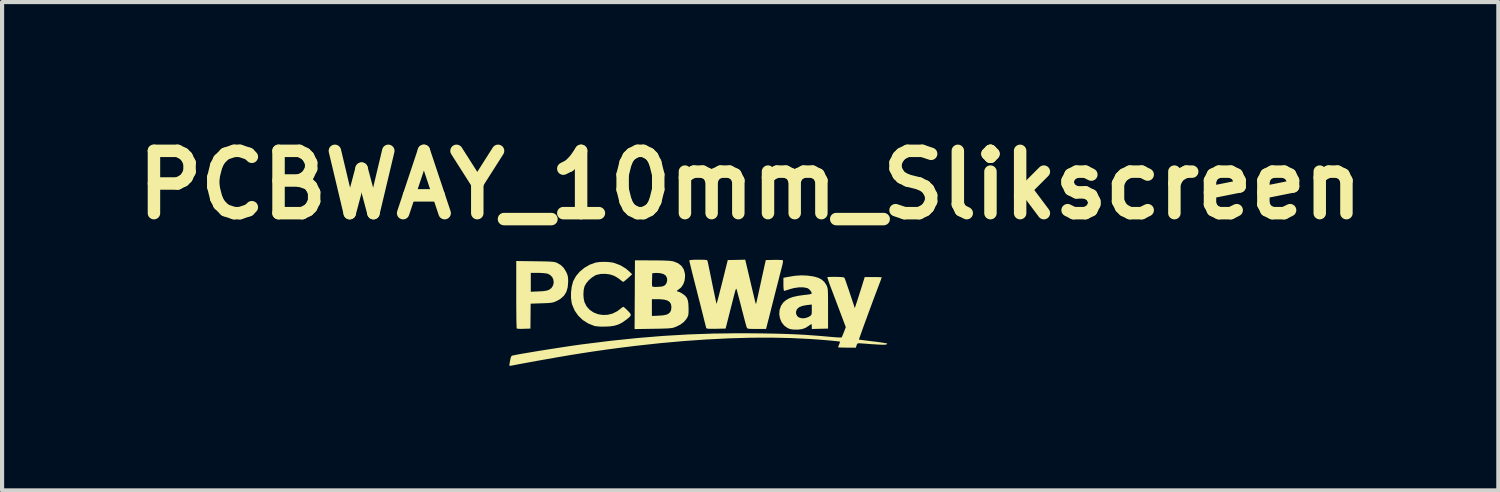
<source format=kicad_pcb>
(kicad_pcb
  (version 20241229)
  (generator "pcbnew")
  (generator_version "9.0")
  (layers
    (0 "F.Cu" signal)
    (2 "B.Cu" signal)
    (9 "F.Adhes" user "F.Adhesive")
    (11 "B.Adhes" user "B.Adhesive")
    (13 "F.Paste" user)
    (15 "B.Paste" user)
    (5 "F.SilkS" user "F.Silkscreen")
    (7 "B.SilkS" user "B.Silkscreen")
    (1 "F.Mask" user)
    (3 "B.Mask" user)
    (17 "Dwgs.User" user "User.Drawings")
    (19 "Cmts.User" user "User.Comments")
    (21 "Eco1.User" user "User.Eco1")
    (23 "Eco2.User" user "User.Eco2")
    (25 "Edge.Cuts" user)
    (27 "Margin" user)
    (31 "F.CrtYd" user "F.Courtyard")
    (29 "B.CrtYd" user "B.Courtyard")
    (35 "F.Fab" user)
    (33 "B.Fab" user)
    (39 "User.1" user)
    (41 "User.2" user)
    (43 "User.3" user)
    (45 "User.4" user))
  (footprint "PCBWAY_10mm_Slikscreen"
    (layer "F.Cu")
    (at 13.714 4.404)
    (property "Reference" "PCBWAY_10mm_Slikscreen" (at 1.3 -3 0) (layer "F.SilkS") (effects (font (size 1.5 1.5) (thickness 0.3))))
    (attr board_only exclude_from_pos_files exclude_from_bom)
    (fp_poly (pts (xy -3.879 -1.163) (xy -3.74 -1.161) (xy -3.63 -1.159) (xy -3.545 -1.156) (xy -3.481 -1.152) (xy -3.433 -1.147) (xy -3.398 -1.141) (xy -3.371 -1.133) (xy -3.359 -1.128) (xy -3.265 -1.075) (xy -3.194 -1.008) (xy -3.137 -0.918) (xy -3.135 -0.914) (xy -3.108 -0.856) (xy -3.093 -0.807) (xy -3.085 -0.752) (xy -3.083 -0.679) (xy -3.083 -0.673) (xy -3.094 -0.538) (xy -3.126 -0.427) (xy -3.183 -0.335) (xy -3.265 -0.261) (xy -3.345 -0.214) (xy -3.387 -0.194) (xy -3.424 -0.179) (xy -3.462 -0.169) (xy -3.508 -0.162) (xy -3.569 -0.157) (xy -3.652 -0.153) (xy -3.72 -0.151) (xy -3.986 -0.142) (xy -3.989 0.158) (xy -3.992 0.458) (xy -4.15 0.463) (xy -4.22 0.465) (xy -4.277 0.463) (xy -4.313 0.459) (xy -4.321 0.457) (xy -4.324 0.438) (xy -4.326 0.389) (xy -4.328 0.314) (xy -4.33 0.215) (xy -4.331 0.096) (xy -4.332 -0.041) (xy -4.333 -0.19) (xy -4.333 -0.351) (xy -4.333 -0.363) (xy -4.333 -0.883) (xy -3.983 -0.883) (xy -3.983 -0.656) (xy -3.983 -0.429) (xy -3.796 -0.437) (xy -3.686 -0.443) (xy -3.606 -0.455) (xy -3.553 -0.471) (xy -3.549 -0.472) (xy -3.486 -0.518) (xy -3.447 -0.58) (xy -3.431 -0.649) (xy -3.439 -0.72) (xy -3.469 -0.785) (xy -3.522 -0.836) (xy -3.58 -0.864) (xy -3.625 -0.872) (xy -3.693 -0.879) (xy -3.772 -0.883) (xy -3.814 -0.883) (xy -3.983 -0.883) (xy -4.333 -0.883) (xy -4.333 -1.169)) (stroke (width 0) (type solid)) (fill yes) (layer "F.SilkS"))
    (fp_poly (pts (xy -2.126 -1.146) (xy -2.032 -1.135) (xy -1.986 -1.126) (xy -1.831 -1.069) (xy -1.694 -0.987) (xy -1.629 -0.932) (xy -1.542 -0.85) (xy -1.642 -0.758) (xy -1.69 -0.716) (xy -1.729 -0.684) (xy -1.753 -0.668) (xy -1.756 -0.667) (xy -1.776 -0.677) (xy -1.811 -0.703) (xy -1.83 -0.719) (xy -1.88 -0.756) (xy -1.944 -0.795) (xy -1.983 -0.815) (xy -2.077 -0.846) (xy -2.185 -0.86) (xy -2.294 -0.858) (xy -2.392 -0.838) (xy -2.434 -0.821) (xy -2.513 -0.771) (xy -2.588 -0.705) (xy -2.649 -0.631) (xy -2.689 -0.56) (xy -2.691 -0.553) (xy -2.71 -0.467) (xy -2.716 -0.366) (xy -2.709 -0.264) (xy -2.691 -0.18) (xy -2.64 -0.078) (xy -2.565 0.006) (xy -2.473 0.069) (xy -2.367 0.111) (xy -2.252 0.13) (xy -2.134 0.126) (xy -2.018 0.098) (xy -1.908 0.044) (xy -1.859 0.008) (xy -1.812 -0.029) (xy -1.774 -0.056) (xy -1.754 -0.067) (xy -1.754 -0.067) (xy -1.737 -0.056) (xy -1.703 -0.026) (xy -1.659 0.016) (xy -1.65 0.025) (xy -1.605 0.073) (xy -1.58 0.108) (xy -1.576 0.138) (xy -1.596 0.17) (xy -1.64 0.209) (xy -1.696 0.253) (xy -1.787 0.316) (xy -1.875 0.36) (xy -1.97 0.389) (xy -2.079 0.405) (xy -2.183 0.41) (xy -2.311 0.41) (xy -2.408 0.402) (xy -2.455 0.393) (xy -2.603 0.334) (xy -2.733 0.251) (xy -2.843 0.145) (xy -2.928 0.021) (xy -2.987 -0.118) (xy -3 -0.168) (xy -3.015 -0.286) (xy -3.014 -0.416) (xy -2.998 -0.547) (xy -2.968 -0.664) (xy -2.958 -0.691) (xy -2.894 -0.807) (xy -2.803 -0.914) (xy -2.691 -1.006) (xy -2.566 -1.079) (xy -2.433 -1.128) (xy -2.417 -1.132) (xy -2.333 -1.144) (xy -2.232 -1.149)) (stroke (width 0) (type solid)) (fill yes) (layer "F.SilkS"))
    (fp_poly (pts (xy 2.689 -0.817) (xy 2.827 -0.797) (xy 2.936 -0.766) (xy 3.021 -0.722) (xy 3.086 -0.665) (xy 3.135 -0.59) (xy 3.137 -0.586) (xy 3.148 -0.563) (xy 3.156 -0.539) (xy 3.163 -0.512) (xy 3.168 -0.477) (xy 3.171 -0.43) (xy 3.173 -0.366) (xy 3.174 -0.281) (xy 3.175 -0.172) (xy 3.175 -0.034) (xy 3.175 -0.025) (xy 3.175 0.458) (xy 2.979 0.463) (xy 2.783 0.468) (xy 2.783 0.409) (xy 2.781 0.37) (xy 2.775 0.351) (xy 2.774 0.35) (xy 2.756 0.359) (xy 2.723 0.382) (xy 2.71 0.391) (xy 2.634 0.44) (xy 2.554 0.469) (xy 2.458 0.482) (xy 2.405 0.483) (xy 2.324 0.48) (xy 2.264 0.47) (xy 2.212 0.451) (xy 2.202 0.446) (xy 2.119 0.386) (xy 2.056 0.305) (xy 2.017 0.211) (xy 2 0.11) (xy 2.005 0.053) (xy 2.403 0.053) (xy 2.406 0.103) (xy 2.431 0.157) (xy 2.479 0.193) (xy 2.543 0.21) (xy 2.616 0.208) (xy 2.693 0.184) (xy 2.727 0.165) (xy 2.756 0.146) (xy 2.772 0.127) (xy 2.781 0.1) (xy 2.783 0.054) (xy 2.783 0.005) (xy 2.783 -0.121) (xy 2.671 -0.109) (xy 2.559 -0.089) (xy 2.477 -0.056) (xy 2.425 -0.008) (xy 2.403 0.053) (xy 2.005 0.053) (xy 2.008 0.007) (xy 2.042 -0.09) (xy 2.097 -0.17) (xy 2.158 -0.224) (xy 2.235 -0.268) (xy 2.333 -0.304) (xy 2.455 -0.331) (xy 2.605 -0.352) (xy 2.663 -0.358) (xy 2.721 -0.366) (xy 2.764 -0.376) (xy 2.783 -0.385) (xy 2.783 -0.387) (xy 2.77 -0.427) (xy 2.738 -0.471) (xy 2.696 -0.506) (xy 2.673 -0.517) (xy 2.582 -0.535) (xy 2.474 -0.535) (xy 2.359 -0.519) (xy 2.262 -0.494) (xy 2.2 -0.473) (xy 2.15 -0.458) (xy 2.12 -0.45) (xy 2.116 -0.45) (xy 2.109 -0.466) (xy 2.103 -0.509) (xy 2.1 -0.573) (xy 2.1 -0.607) (xy 2.1 -0.764) (xy 2.188 -0.782) (xy 2.373 -0.813) (xy 2.541 -0.824)) (stroke (width 0) (type solid)) (fill yes) (layer "F.SilkS"))
    (fp_poly (pts (xy -1.051 -1.184) (xy -0.907 -1.183) (xy -0.792 -1.181) (xy -0.702 -1.177) (xy -0.634 -1.173) (xy -0.582 -1.166) (xy -0.543 -1.158) (xy -0.539 -1.157) (xy -0.432 -1.112) (xy -0.352 -1.048) (xy -0.298 -0.964) (xy -0.271 -0.86) (xy -0.268 -0.807) (xy -0.278 -0.703) (xy -0.311 -0.61) (xy -0.362 -0.534) (xy -0.425 -0.483) (xy -0.458 -0.46) (xy -0.465 -0.442) (xy -0.443 -0.433) (xy -0.439 -0.433) (xy -0.41 -0.425) (xy -0.366 -0.403) (xy -0.328 -0.38) (xy -0.27 -0.336) (xy -0.229 -0.288) (xy -0.203 -0.227) (xy -0.189 -0.149) (xy -0.184 -0.045) (xy -0.184 -0.024) (xy -0.184 0.054) (xy -0.187 0.108) (xy -0.195 0.147) (xy -0.209 0.181) (xy -0.231 0.218) (xy -0.232 0.221) (xy -0.295 0.297) (xy -0.38 0.361) (xy -0.491 0.416) (xy -0.502 0.42) (xy -0.532 0.431) (xy -0.563 0.44) (xy -0.6 0.446) (xy -0.647 0.451) (xy -0.709 0.455) (xy -0.791 0.458) (xy -0.897 0.461) (xy -1.032 0.463) (xy -1.038 0.463) (xy -1.484 0.47) (xy -1.48 -0.25) (xy -1.067 -0.25) (xy -1.067 -0.048) (xy -1.067 0.154) (xy -0.904 0.147) (xy -0.797 0.139) (xy -0.722 0.124) (xy -0.688 0.111) (xy -0.635 0.072) (xy -0.606 0.02) (xy -0.597 -0.054) (xy -0.597 -0.064) (xy -0.608 -0.131) (xy -0.638 -0.181) (xy -0.691 -0.217) (xy -0.768 -0.239) (xy -0.874 -0.249) (xy -0.929 -0.25) (xy -1.067 -0.25) (xy -1.48 -0.25) (xy -1.479 -0.358) (xy -1.478 -0.639) (xy -1.065 -0.639) (xy -1.064 -0.592) (xy -1.06 -0.565) (xy -1.05 -0.553) (xy -1.035 -0.548) (xy -1.03 -0.547) (xy -0.982 -0.545) (xy -0.917 -0.547) (xy -0.851 -0.552) (xy -0.805 -0.559) (xy -0.753 -0.585) (xy -0.717 -0.633) (xy -0.699 -0.692) (xy -0.702 -0.755) (xy -0.728 -0.811) (xy -0.74 -0.824) (xy -0.793 -0.857) (xy -0.87 -0.877) (xy -0.963 -0.882) (xy -0.992 -0.88) (xy -1.058 -0.875) (xy -1.063 -0.714) (xy -1.065 -0.639) (xy -1.478 -0.639) (xy -1.475 -1.186)) (stroke (width 0) (type solid)) (fill yes) (layer "F.SilkS"))
    (fp_poly (pts (xy 1.233 -0.98) (xy 1.257 -0.877) (xy 1.286 -0.755) (xy 1.315 -0.631) (xy 1.342 -0.517) (xy 1.344 -0.508) (xy 1.373 -0.387) (xy 1.395 -0.294) (xy 1.411 -0.227) (xy 1.423 -0.181) (xy 1.431 -0.153) (xy 1.437 -0.139) (xy 1.44 -0.135) (xy 1.441 -0.136) (xy 1.446 -0.153) (xy 1.456 -0.198) (xy 1.472 -0.268) (xy 1.492 -0.357) (xy 1.515 -0.462) (xy 1.54 -0.575) (xy 1.566 -0.696) (xy 1.591 -0.811) (xy 1.614 -0.915) (xy 1.633 -1.002) (xy 1.647 -1.067) (xy 1.655 -1.1) (xy 1.676 -1.192) (xy 1.874 -1.196) (xy 1.953 -1.197) (xy 2.019 -1.195) (xy 2.066 -1.192) (xy 2.087 -1.186) (xy 2.09 -1.164) (xy 2.084 -1.117) (xy 2.07 -1.054) (xy 2.068 -1.048) (xy 2.057 -1.004) (xy 2.038 -0.932) (xy 2.014 -0.837) (xy 1.985 -0.722) (xy 1.952 -0.593) (xy 1.916 -0.454) (xy 1.879 -0.309) (xy 1.875 -0.292) (xy 1.839 -0.149) (xy 1.805 -0.015) (xy 1.774 0.108) (xy 1.747 0.215) (xy 1.724 0.302) (xy 1.708 0.365) (xy 1.699 0.401) (xy 1.698 0.404) (xy 1.682 0.467) (xy 1.457 0.467) (xy 1.367 0.466) (xy 1.304 0.465) (xy 1.263 0.462) (xy 1.239 0.456) (xy 1.226 0.446) (xy 1.218 0.432) (xy 1.217 0.429) (xy 1.208 0.403) (xy 1.193 0.349) (xy 1.172 0.273) (xy 1.148 0.181) (xy 1.121 0.077) (xy 1.107 0.025) (xy 1.079 -0.087) (xy 1.051 -0.194) (xy 1.026 -0.289) (xy 1.005 -0.366) (xy 0.991 -0.42) (xy 0.987 -0.433) (xy 0.98 -0.461) (xy 0.974 -0.483) (xy 0.969 -0.498) (xy 0.963 -0.502) (xy 0.956 -0.492) (xy 0.946 -0.467) (xy 0.933 -0.424) (xy 0.916 -0.359) (xy 0.893 -0.27) (xy 0.864 -0.155) (xy 0.827 -0.011) (xy 0.82 0.017) (xy 0.708 0.458) (xy 0.479 0.463) (xy 0.381 0.464) (xy 0.313 0.463) (xy 0.27 0.459) (xy 0.248 0.452) (xy 0.242 0.446) (xy 0.236 0.424) (xy 0.224 0.375) (xy 0.206 0.305) (xy 0.184 0.22) (xy 0.167 0.15) (xy 0.145 0.062) (xy 0.116 -0.052) (xy 0.083 -0.184) (xy 0.046 -0.327) (xy 0.009 -0.474) (xy -0.028 -0.618) (xy -0.034 -0.643) (xy -0.067 -0.77) (xy -0.096 -0.886) (xy -0.121 -0.989) (xy -0.142 -1.074) (xy -0.157 -1.136) (xy -0.165 -1.173) (xy -0.167 -1.181) (xy -0.155 -1.189) (xy -0.117 -1.195) (xy -0.052 -1.199) (xy 0.044 -1.2) (xy 0.05 -1.2) (xy 0.138 -1.2) (xy 0.199 -1.198) (xy 0.237 -1.195) (xy 0.259 -1.189) (xy 0.269 -1.179) (xy 0.275 -1.164) (xy 0.275 -1.163) (xy 0.28 -1.137) (xy 0.292 -1.083) (xy 0.308 -1.006) (xy 0.328 -0.909) (xy 0.351 -0.797) (xy 0.376 -0.674) (xy 0.384 -0.634) (xy 0.409 -0.511) (xy 0.433 -0.399) (xy 0.453 -0.302) (xy 0.47 -0.223) (xy 0.482 -0.168) (xy 0.489 -0.14) (xy 0.49 -0.138) (xy 0.495 -0.152) (xy 0.507 -0.195) (xy 0.526 -0.262) (xy 0.549 -0.351) (xy 0.576 -0.458) (xy 0.607 -0.578) (xy 0.628 -0.662) (xy 0.76 -1.192) (xy 0.97 -1.196) (xy 1.18 -1.201)) (stroke (width 0) (type solid)) (fill yes) (layer "F.SilkS"))
    (fp_poly (pts (xy 3.363 -0.787) (xy 3.456 -0.785) (xy 3.519 -0.78) (xy 3.556 -0.773) (xy 3.571 -0.763) (xy 3.579 -0.743) (xy 3.596 -0.697) (xy 3.619 -0.63) (xy 3.647 -0.549) (xy 3.678 -0.459) (xy 3.709 -0.365) (xy 3.74 -0.273) (xy 3.768 -0.189) (xy 3.792 -0.118) (xy 3.808 -0.066) (xy 3.817 -0.038) (xy 3.817 -0.035) (xy 3.822 -0.046) (xy 3.836 -0.086) (xy 3.857 -0.15) (xy 3.885 -0.235) (xy 3.917 -0.336) (xy 3.954 -0.451) (xy 3.993 -0.575) (xy 4.012 -0.637) (xy 4.058 -0.783) (xy 4.262 -0.783) (xy 4.34 -0.783) (xy 4.405 -0.781) (xy 4.449 -0.778) (xy 4.467 -0.775) (xy 4.467 -0.775) (xy 4.461 -0.757) (xy 4.446 -0.715) (xy 4.424 -0.656) (xy 4.411 -0.621) (xy 4.375 -0.527) (xy 4.334 -0.417) (xy 4.288 -0.297) (xy 4.241 -0.169) (xy 4.192 -0.037) (xy 4.143 0.096) (xy 4.096 0.225) (xy 4.051 0.346) (xy 4.011 0.457) (xy 3.977 0.553) (xy 3.949 0.632) (xy 3.929 0.688) (xy 3.92 0.718) (xy 3.919 0.723) (xy 3.936 0.726) (xy 3.982 0.732) (xy 4.051 0.741) (xy 4.138 0.752) (xy 4.238 0.764) (xy 4.263 0.767) (xy 4.364 0.779) (xy 4.454 0.792) (xy 4.526 0.803) (xy 4.576 0.812) (xy 4.599 0.819) (xy 4.6 0.82) (xy 4.594 0.833) (xy 4.574 0.842) (xy 4.535 0.847) (xy 4.475 0.847) (xy 4.39 0.843) (xy 4.275 0.836) (xy 4.252 0.835) (xy 4.153 0.828) (xy 4.064 0.821) (xy 3.991 0.816) (xy 3.939 0.812) (xy 3.917 0.811) (xy 3.886 0.816) (xy 3.868 0.842) (xy 3.861 0.863) (xy 3.845 0.917) (xy 3.631 0.917) (xy 3.551 0.916) (xy 3.484 0.914) (xy 3.438 0.912) (xy 3.417 0.908) (xy 3.417 0.908) (xy 3.423 0.888) (xy 3.437 0.85) (xy 3.442 0.839) (xy 3.457 0.799) (xy 3.463 0.776) (xy 3.462 0.773) (xy 3.443 0.769) (xy 3.394 0.762) (xy 3.32 0.755) (xy 3.225 0.746) (xy 3.113 0.736) (xy 2.988 0.726) (xy 2.854 0.716) (xy 2.733 0.708) (xy 2.285 0.686) (xy 1.81 0.676) (xy 1.31 0.678) (xy 0.788 0.693) (xy 0.248 0.72) (xy -0.308 0.759) (xy -0.875 0.81) (xy -1.452 0.873) (xy -1.542 0.884) (xy -1.848 0.922) (xy -2.142 0.961) (xy -2.43 1.002) (xy -2.72 1.046) (xy -3.02 1.094) (xy -3.338 1.148) (xy -3.633 1.2) (xy -3.815 1.232) (xy -3.98 1.262) (xy -4.125 1.289) (xy -4.247 1.311) (xy -4.344 1.33) (xy -4.411 1.343) (xy -4.43 1.347) (xy -4.48 1.355) (xy -4.5 1.349) (xy -4.5 1.346) (xy -4.497 1.322) (xy -4.49 1.275) (xy -4.48 1.222) (xy -4.467 1.162) (xy -4.453 1.127) (xy -4.435 1.11) (xy -4.426 1.108) (xy -4.367 1.096) (xy -4.28 1.079) (xy -4.168 1.059) (xy -4.036 1.037) (xy -3.889 1.012) (xy -3.73 0.986) (xy -3.565 0.96) (xy -3.397 0.934) (xy -3.231 0.908) (xy -3.071 0.884) (xy -2.922 0.862) (xy -2.787 0.843) (xy -2.717 0.834) (xy -2.058 0.752) (xy -1.422 0.686) (xy -0.802 0.635) (xy -0.192 0.599) (xy 0.415 0.578) (xy 1.024 0.57) (xy 1.356 0.572) (xy 1.619 0.575) (xy 1.854 0.579) (xy 2.067 0.584) (xy 2.263 0.591) (xy 2.449 0.599) (xy 2.63 0.609) (xy 2.811 0.622) (xy 2.998 0.636) (xy 3.197 0.654) (xy 3.233 0.657) (xy 3.323 0.665) (xy 3.4 0.67) (xy 3.459 0.672) (xy 3.495 0.672) (xy 3.502 0.67) (xy 3.512 0.65) (xy 3.531 0.607) (xy 3.554 0.55) (xy 3.557 0.541) (xy 3.602 0.424) (xy 3.477 0.091) (xy 3.431 -0.031) (xy 3.381 -0.164) (xy 3.331 -0.296) (xy 3.285 -0.418) (xy 3.251 -0.507) (xy 3.218 -0.594) (xy 3.191 -0.671) (xy 3.171 -0.731) (xy 3.16 -0.769) (xy 3.158 -0.781) (xy 3.177 -0.784) (xy 3.223 -0.786) (xy 3.288 -0.787)) (stroke (width 0) (type solid)) (fill yes) (layer "F.SilkS")))
  (gr_rect
    (start -3 -3)
    (end 33.029 8.759)
    (stroke (width 0.1) (type default))
    (fill no)
    (layer "Edge.Cuts")))
</source>
